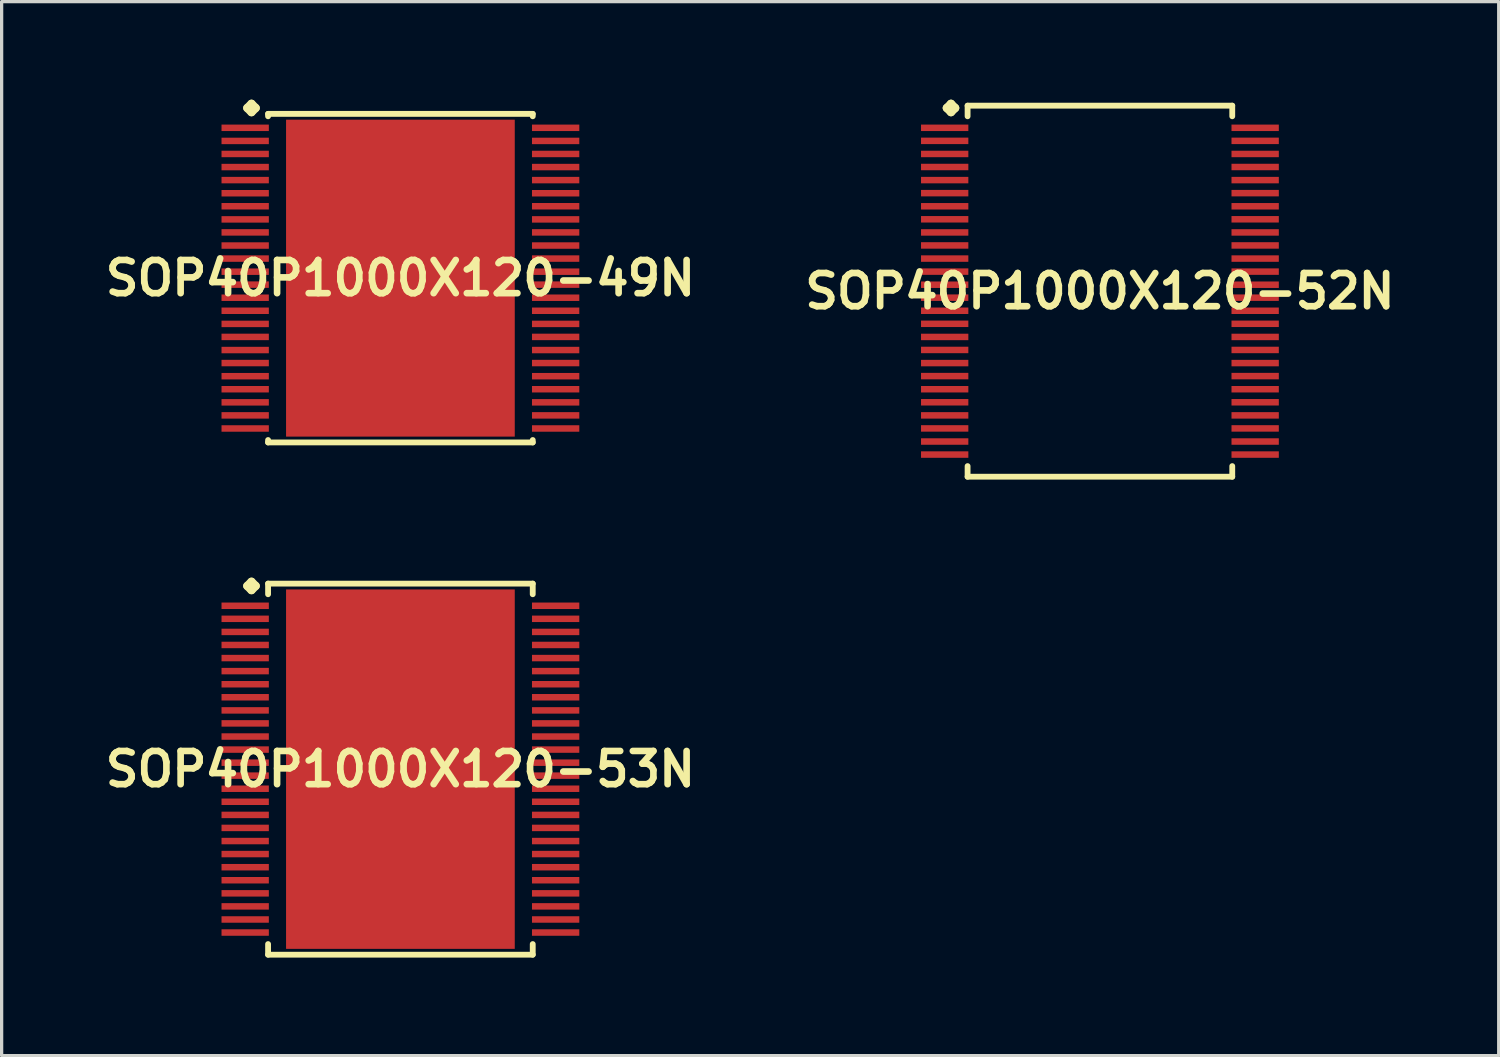
<source format=kicad_pcb>
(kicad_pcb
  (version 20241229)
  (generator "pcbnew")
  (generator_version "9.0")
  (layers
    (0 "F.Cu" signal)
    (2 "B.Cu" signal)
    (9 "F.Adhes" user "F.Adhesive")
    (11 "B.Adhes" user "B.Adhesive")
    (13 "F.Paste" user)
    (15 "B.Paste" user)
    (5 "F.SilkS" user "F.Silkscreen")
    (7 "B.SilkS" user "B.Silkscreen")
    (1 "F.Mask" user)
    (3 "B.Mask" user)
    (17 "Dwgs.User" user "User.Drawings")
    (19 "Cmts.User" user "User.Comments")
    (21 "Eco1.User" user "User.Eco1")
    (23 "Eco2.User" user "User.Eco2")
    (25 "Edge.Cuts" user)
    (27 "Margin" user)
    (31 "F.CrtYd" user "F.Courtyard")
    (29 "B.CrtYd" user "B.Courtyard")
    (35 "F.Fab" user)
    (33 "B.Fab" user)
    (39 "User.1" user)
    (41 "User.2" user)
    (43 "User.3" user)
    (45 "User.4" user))
  (footprint "SOP40P1000X120-53N"
    (layer "F.Cu")
    (at 9.202 20.485)
    (property "Reference" "SOP40P1000X120-53N" (at 0 0 0) (layer "F.SilkS") (effects (font (size 1.016 1.016) (thickness 0.203))))
    (attr smd)
    (fp_line (start -4.684 -5.606) (end -4.557 -5.733) (stroke (width 0.254) (type solid)) (layer "F.SilkS"))
    (fp_line (start -4.557 -5.733) (end -4.43 -5.606) (stroke (width 0.254) (type solid)) (layer "F.SilkS"))
    (fp_line (start -4.557 -5.479) (end -4.684 -5.606) (stroke (width 0.254) (type solid)) (layer "F.SilkS"))
    (fp_line (start -4.43 -5.606) (end -4.557 -5.479) (stroke (width 0.254) (type solid)) (layer "F.SilkS"))
    (fp_line (start -4.049 -5.677) (end 4.049 -5.677) (stroke (width 0.178) (type solid)) (layer "F.SilkS"))
    (fp_line (start -4.049 -5.352) (end -4.049 -5.677) (stroke (width 0.178) (type solid)) (layer "F.SilkS"))
    (fp_line (start -4.049 5.352) (end -4.049 5.677) (stroke (width 0.178) (type solid)) (layer "F.SilkS"))
    (fp_line (start -4.049 5.677) (end 4.049 5.677) (stroke (width 0.178) (type solid)) (layer "F.SilkS"))
    (fp_line (start 4.049 -5.677) (end 4.049 -5.352) (stroke (width 0.178) (type solid)) (layer "F.SilkS"))
    (fp_line (start 4.049 5.677) (end 4.049 5.352) (stroke (width 0.178) (type solid)) (layer "F.SilkS"))
    (pad "1" smd rect (at -4.75 -4.999) (size 1.448 0.198) (layers "F.Cu" "F.Mask" "F.Paste"))
    (pad "2" smd rect (at -4.75 -4.6) (size 1.448 0.198) (layers "F.Cu" "F.Mask" "F.Paste"))
    (pad "3" smd rect (at -4.75 -4.199) (size 1.448 0.198) (layers "F.Cu" "F.Mask" "F.Paste"))
    (pad "4" smd rect (at -4.75 -3.8) (size 1.448 0.198) (layers "F.Cu" "F.Mask" "F.Paste"))
    (pad "5" smd rect (at -4.75 -3.399) (size 1.448 0.198) (layers "F.Cu" "F.Mask" "F.Paste"))
    (pad "6" smd rect (at -4.75 -3) (size 1.448 0.198) (layers "F.Cu" "F.Mask" "F.Paste"))
    (pad "7" smd rect (at -4.75 -2.598) (size 1.448 0.198) (layers "F.Cu" "F.Mask" "F.Paste"))
    (pad "8" smd rect (at -4.75 -2.2) (size 1.448 0.198) (layers "F.Cu" "F.Mask" "F.Paste"))
    (pad "9" smd rect (at -4.75 -1.798) (size 1.448 0.198) (layers "F.Cu" "F.Mask" "F.Paste"))
    (pad "10" smd rect (at -4.75 -1.4) (size 1.448 0.198) (layers "F.Cu" "F.Mask" "F.Paste"))
    (pad "11" smd rect (at -4.75 -0.998) (size 1.448 0.198) (layers "F.Cu" "F.Mask" "F.Paste"))
    (pad "12" smd rect (at -4.75 -0.599) (size 1.448 0.198) (layers "F.Cu" "F.Mask" "F.Paste"))
    (pad "13" smd rect (at -4.75 -0.198) (size 1.448 0.198) (layers "F.Cu" "F.Mask" "F.Paste"))
    (pad "14" smd rect (at -4.75 0.198) (size 1.448 0.198) (layers "F.Cu" "F.Mask" "F.Paste"))
    (pad "15" smd rect (at -4.75 0.599) (size 1.448 0.198) (layers "F.Cu" "F.Mask" "F.Paste"))
    (pad "16" smd rect (at -4.75 0.998) (size 1.448 0.198) (layers "F.Cu" "F.Mask" "F.Paste"))
    (pad "17" smd rect (at -4.75 1.4) (size 1.448 0.198) (layers "F.Cu" "F.Mask" "F.Paste"))
    (pad "18" smd rect (at -4.75 1.798) (size 1.448 0.198) (layers "F.Cu" "F.Mask" "F.Paste"))
    (pad "19" smd rect (at -4.75 2.2) (size 1.448 0.198) (layers "F.Cu" "F.Mask" "F.Paste"))
    (pad "20" smd rect (at -4.75 2.598) (size 1.448 0.198) (layers "F.Cu" "F.Mask" "F.Paste"))
    (pad "21" smd rect (at -4.75 3) (size 1.448 0.198) (layers "F.Cu" "F.Mask" "F.Paste"))
    (pad "22" smd rect (at -4.75 3.399) (size 1.448 0.198) (layers "F.Cu" "F.Mask" "F.Paste"))
    (pad "23" smd rect (at -4.75 3.8) (size 1.448 0.198) (layers "F.Cu" "F.Mask" "F.Paste"))
    (pad "24" smd rect (at -4.75 4.199) (size 1.448 0.198) (layers "F.Cu" "F.Mask" "F.Paste"))
    (pad "25" smd rect (at -4.75 4.6) (size 1.448 0.198) (layers "F.Cu" "F.Mask" "F.Paste"))
    (pad "26" smd rect (at -4.75 4.999) (size 1.448 0.198) (layers "F.Cu" "F.Mask" "F.Paste"))
    (pad "27" smd rect (at 4.75 4.999) (size 1.448 0.198) (layers "F.Cu" "F.Mask" "F.Paste"))
    (pad "28" smd rect (at 4.75 4.6) (size 1.448 0.198) (layers "F.Cu" "F.Mask" "F.Paste"))
    (pad "29" smd rect (at 4.75 4.199) (size 1.448 0.198) (layers "F.Cu" "F.Mask" "F.Paste"))
    (pad "30" smd rect (at 4.75 3.8) (size 1.448 0.198) (layers "F.Cu" "F.Mask" "F.Paste"))
    (pad "31" smd rect (at 4.75 3.399) (size 1.448 0.198) (layers "F.Cu" "F.Mask" "F.Paste"))
    (pad "32" smd rect (at 4.75 3) (size 1.448 0.198) (layers "F.Cu" "F.Mask" "F.Paste"))
    (pad "33" smd rect (at 4.75 2.598) (size 1.448 0.198) (layers "F.Cu" "F.Mask" "F.Paste"))
    (pad "34" smd rect (at 4.75 2.2) (size 1.448 0.198) (layers "F.Cu" "F.Mask" "F.Paste"))
    (pad "35" smd rect (at 4.75 1.798) (size 1.448 0.198) (layers "F.Cu" "F.Mask" "F.Paste"))
    (pad "36" smd rect (at 4.75 1.4) (size 1.448 0.198) (layers "F.Cu" "F.Mask" "F.Paste"))
    (pad "37" smd rect (at 4.75 0.998) (size 1.448 0.198) (layers "F.Cu" "F.Mask" "F.Paste"))
    (pad "38" smd rect (at 4.75 0.599) (size 1.448 0.198) (layers "F.Cu" "F.Mask" "F.Paste"))
    (pad "39" smd rect (at 4.75 0.198) (size 1.448 0.198) (layers "F.Cu" "F.Mask" "F.Paste"))
    (pad "40" smd rect (at 4.75 -0.198) (size 1.448 0.198) (layers "F.Cu" "F.Mask" "F.Paste"))
    (pad "41" smd rect (at 4.75 -0.599) (size 1.448 0.198) (layers "F.Cu" "F.Mask" "F.Paste"))
    (pad "42" smd rect (at 4.75 -0.998) (size 1.448 0.198) (layers "F.Cu" "F.Mask" "F.Paste"))
    (pad "43" smd rect (at 4.75 -1.4) (size 1.448 0.198) (layers "F.Cu" "F.Mask" "F.Paste"))
    (pad "44" smd rect (at 4.75 -1.798) (size 1.448 0.198) (layers "F.Cu" "F.Mask" "F.Paste"))
    (pad "45" smd rect (at 4.75 -2.2) (size 1.448 0.198) (layers "F.Cu" "F.Mask" "F.Paste"))
    (pad "46" smd rect (at 4.75 -2.598) (size 1.448 0.198) (layers "F.Cu" "F.Mask" "F.Paste"))
    (pad "47" smd rect (at 4.75 -3) (size 1.448 0.198) (layers "F.Cu" "F.Mask" "F.Paste"))
    (pad "48" smd rect (at 4.75 -3.399) (size 1.448 0.198) (layers "F.Cu" "F.Mask" "F.Paste"))
    (pad "49" smd rect (at 4.75 -3.8) (size 1.448 0.198) (layers "F.Cu" "F.Mask" "F.Paste"))
    (pad "50" smd rect (at 4.75 -4.199) (size 1.448 0.198) (layers "F.Cu" "F.Mask" "F.Paste"))
    (pad "51" smd rect (at 4.75 -4.6) (size 1.448 0.198) (layers "F.Cu" "F.Mask" "F.Paste"))
    (pad "52" smd rect (at 4.75 -4.999) (size 1.448 0.198) (layers "F.Cu" "F.Mask" "F.Paste"))
    (pad "53" smd rect (at 0 0) (size 6.998 10.998) (layers "F.Cu" "F.Mask" "F.Paste")))
  (footprint "SOP40P1000X120-49N"
    (layer "F.Cu")
    (at 9.202 5.461)
    (property "Reference" "SOP40P1000X120-49N" (at 0 0 0) (layer "F.SilkS") (effects (font (size 1.016 1.016) (thickness 0.203))))
    (attr smd)
    (fp_line (start -4.684 -5.207) (end -4.557 -5.334) (stroke (width 0.254) (type solid)) (layer "F.SilkS"))
    (fp_line (start -4.557 -5.334) (end -4.43 -5.207) (stroke (width 0.254) (type solid)) (layer "F.SilkS"))
    (fp_line (start -4.557 -5.08) (end -4.684 -5.207) (stroke (width 0.254) (type solid)) (layer "F.SilkS"))
    (fp_line (start -4.43 -5.207) (end -4.557 -5.08) (stroke (width 0.254) (type solid)) (layer "F.SilkS"))
    (fp_line (start -4.049 -5.027) (end 4.049 -5.027) (stroke (width 0.178) (type solid)) (layer "F.SilkS"))
    (fp_line (start -4.049 -4.953) (end -4.049 -5.027) (stroke (width 0.178) (type solid)) (layer "F.SilkS"))
    (fp_line (start -4.049 4.953) (end -4.049 5.027) (stroke (width 0.178) (type solid)) (layer "F.SilkS"))
    (fp_line (start -4.049 5.027) (end 4.049 5.027) (stroke (width 0.178) (type solid)) (layer "F.SilkS"))
    (fp_line (start 4.049 -5.027) (end 4.049 -4.953) (stroke (width 0.178) (type solid)) (layer "F.SilkS"))
    (fp_line (start 4.049 5.027) (end 4.049 4.953) (stroke (width 0.178) (type solid)) (layer "F.SilkS"))
    (pad "1" smd rect (at -4.75 -4.6) (size 1.448 0.198) (layers "F.Cu" "F.Mask" "F.Paste"))
    (pad "2" smd rect (at -4.75 -4.199) (size 1.448 0.198) (layers "F.Cu" "F.Mask" "F.Paste"))
    (pad "3" smd rect (at -4.75 -3.8) (size 1.448 0.198) (layers "F.Cu" "F.Mask" "F.Paste"))
    (pad "4" smd rect (at -4.75 -3.399) (size 1.448 0.198) (layers "F.Cu" "F.Mask" "F.Paste"))
    (pad "5" smd rect (at -4.75 -3) (size 1.448 0.198) (layers "F.Cu" "F.Mask" "F.Paste"))
    (pad "6" smd rect (at -4.75 -2.598) (size 1.448 0.198) (layers "F.Cu" "F.Mask" "F.Paste"))
    (pad "7" smd rect (at -4.75 -2.2) (size 1.448 0.198) (layers "F.Cu" "F.Mask" "F.Paste"))
    (pad "8" smd rect (at -4.75 -1.798) (size 1.448 0.198) (layers "F.Cu" "F.Mask" "F.Paste"))
    (pad "9" smd rect (at -4.75 -1.4) (size 1.448 0.198) (layers "F.Cu" "F.Mask" "F.Paste"))
    (pad "10" smd rect (at -4.75 -0.998) (size 1.448 0.198) (layers "F.Cu" "F.Mask" "F.Paste"))
    (pad "11" smd rect (at -4.75 -0.599) (size 1.448 0.198) (layers "F.Cu" "F.Mask" "F.Paste"))
    (pad "12" smd rect (at -4.75 -0.198) (size 1.448 0.198) (layers "F.Cu" "F.Mask" "F.Paste"))
    (pad "13" smd rect (at -4.75 0.198) (size 1.448 0.198) (layers "F.Cu" "F.Mask" "F.Paste"))
    (pad "14" smd rect (at -4.75 0.599) (size 1.448 0.198) (layers "F.Cu" "F.Mask" "F.Paste"))
    (pad "15" smd rect (at -4.75 0.998) (size 1.448 0.198) (layers "F.Cu" "F.Mask" "F.Paste"))
    (pad "16" smd rect (at -4.75 1.4) (size 1.448 0.198) (layers "F.Cu" "F.Mask" "F.Paste"))
    (pad "17" smd rect (at -4.75 1.798) (size 1.448 0.198) (layers "F.Cu" "F.Mask" "F.Paste"))
    (pad "18" smd rect (at -4.75 2.2) (size 1.448 0.198) (layers "F.Cu" "F.Mask" "F.Paste"))
    (pad "19" smd rect (at -4.75 2.598) (size 1.448 0.198) (layers "F.Cu" "F.Mask" "F.Paste"))
    (pad "20" smd rect (at -4.75 3) (size 1.448 0.198) (layers "F.Cu" "F.Mask" "F.Paste"))
    (pad "21" smd rect (at -4.75 3.399) (size 1.448 0.198) (layers "F.Cu" "F.Mask" "F.Paste"))
    (pad "22" smd rect (at -4.75 3.8) (size 1.448 0.198) (layers "F.Cu" "F.Mask" "F.Paste"))
    (pad "23" smd rect (at -4.75 4.199) (size 1.448 0.198) (layers "F.Cu" "F.Mask" "F.Paste"))
    (pad "24" smd rect (at -4.75 4.6) (size 1.448 0.198) (layers "F.Cu" "F.Mask" "F.Paste"))
    (pad "25" smd rect (at 4.75 4.6) (size 1.448 0.198) (layers "F.Cu" "F.Mask" "F.Paste"))
    (pad "26" smd rect (at 4.75 4.199) (size 1.448 0.198) (layers "F.Cu" "F.Mask" "F.Paste"))
    (pad "27" smd rect (at 4.75 3.8) (size 1.448 0.198) (layers "F.Cu" "F.Mask" "F.Paste"))
    (pad "28" smd rect (at 4.75 3.399) (size 1.448 0.198) (layers "F.Cu" "F.Mask" "F.Paste"))
    (pad "29" smd rect (at 4.75 3) (size 1.448 0.198) (layers "F.Cu" "F.Mask" "F.Paste"))
    (pad "30" smd rect (at 4.75 2.598) (size 1.448 0.198) (layers "F.Cu" "F.Mask" "F.Paste"))
    (pad "31" smd rect (at 4.75 2.2) (size 1.448 0.198) (layers "F.Cu" "F.Mask" "F.Paste"))
    (pad "32" smd rect (at 4.75 1.798) (size 1.448 0.198) (layers "F.Cu" "F.Mask" "F.Paste"))
    (pad "33" smd rect (at 4.75 1.4) (size 1.448 0.198) (layers "F.Cu" "F.Mask" "F.Paste"))
    (pad "34" smd rect (at 4.75 0.998) (size 1.448 0.198) (layers "F.Cu" "F.Mask" "F.Paste"))
    (pad "35" smd rect (at 4.75 0.599) (size 1.448 0.198) (layers "F.Cu" "F.Mask" "F.Paste"))
    (pad "36" smd rect (at 4.75 0.198) (size 1.448 0.198) (layers "F.Cu" "F.Mask" "F.Paste"))
    (pad "37" smd rect (at 4.75 -0.198) (size 1.448 0.198) (layers "F.Cu" "F.Mask" "F.Paste"))
    (pad "38" smd rect (at 4.75 -0.599) (size 1.448 0.198) (layers "F.Cu" "F.Mask" "F.Paste"))
    (pad "39" smd rect (at 4.75 -0.998) (size 1.448 0.198) (layers "F.Cu" "F.Mask" "F.Paste"))
    (pad "40" smd rect (at 4.75 -1.4) (size 1.448 0.198) (layers "F.Cu" "F.Mask" "F.Paste"))
    (pad "41" smd rect (at 4.75 -1.798) (size 1.448 0.198) (layers "F.Cu" "F.Mask" "F.Paste"))
    (pad "42" smd rect (at 4.75 -2.2) (size 1.448 0.198) (layers "F.Cu" "F.Mask" "F.Paste"))
    (pad "43" smd rect (at 4.75 -2.598) (size 1.448 0.198) (layers "F.Cu" "F.Mask" "F.Paste"))
    (pad "44" smd rect (at 4.75 -3) (size 1.448 0.198) (layers "F.Cu" "F.Mask" "F.Paste"))
    (pad "45" smd rect (at 4.75 -3.399) (size 1.448 0.198) (layers "F.Cu" "F.Mask" "F.Paste"))
    (pad "46" smd rect (at 4.75 -3.8) (size 1.448 0.198) (layers "F.Cu" "F.Mask" "F.Paste"))
    (pad "47" smd rect (at 4.75 -4.199) (size 1.448 0.198) (layers "F.Cu" "F.Mask" "F.Paste"))
    (pad "48" smd rect (at 4.75 -4.6) (size 1.448 0.198) (layers "F.Cu" "F.Mask" "F.Paste"))
    (pad "49" smd rect (at 0 0) (size 6.998 9.698) (layers "F.Cu" "F.Mask" "F.Paste")))
  (footprint "SOP40P1000X120-52N"
    (layer "F.Cu")
    (at 30.606 5.86)
    (property "Reference" "SOP40P1000X120-52N" (at 0 0 0) (layer "F.SilkS") (effects (font (size 1.016 1.016) (thickness 0.203))))
    (attr smd)
    (fp_line (start -4.684 -5.606) (end -4.557 -5.733) (stroke (width 0.254) (type solid)) (layer "F.SilkS"))
    (fp_line (start -4.557 -5.733) (end -4.43 -5.606) (stroke (width 0.254) (type solid)) (layer "F.SilkS"))
    (fp_line (start -4.557 -5.479) (end -4.684 -5.606) (stroke (width 0.254) (type solid)) (layer "F.SilkS"))
    (fp_line (start -4.43 -5.606) (end -4.557 -5.479) (stroke (width 0.254) (type solid)) (layer "F.SilkS"))
    (fp_line (start -4.049 -5.677) (end 4.049 -5.677) (stroke (width 0.178) (type solid)) (layer "F.SilkS"))
    (fp_line (start -4.049 -5.352) (end -4.049 -5.677) (stroke (width 0.178) (type solid)) (layer "F.SilkS"))
    (fp_line (start -4.049 5.352) (end -4.049 5.677) (stroke (width 0.178) (type solid)) (layer "F.SilkS"))
    (fp_line (start -4.049 5.677) (end 4.049 5.677) (stroke (width 0.178) (type solid)) (layer "F.SilkS"))
    (fp_line (start 4.049 -5.677) (end 4.049 -5.352) (stroke (width 0.178) (type solid)) (layer "F.SilkS"))
    (fp_line (start 4.049 5.677) (end 4.049 5.352) (stroke (width 0.178) (type solid)) (layer "F.SilkS"))
    (pad "1" smd rect (at -4.75 -4.999) (size 1.448 0.198) (layers "F.Cu" "F.Mask" "F.Paste"))
    (pad "2" smd rect (at -4.75 -4.6) (size 1.448 0.198) (layers "F.Cu" "F.Mask" "F.Paste"))
    (pad "3" smd rect (at -4.75 -4.199) (size 1.448 0.198) (layers "F.Cu" "F.Mask" "F.Paste"))
    (pad "4" smd rect (at -4.75 -3.8) (size 1.448 0.198) (layers "F.Cu" "F.Mask" "F.Paste"))
    (pad "5" smd rect (at -4.75 -3.399) (size 1.448 0.198) (layers "F.Cu" "F.Mask" "F.Paste"))
    (pad "6" smd rect (at -4.75 -3) (size 1.448 0.198) (layers "F.Cu" "F.Mask" "F.Paste"))
    (pad "7" smd rect (at -4.75 -2.598) (size 1.448 0.198) (layers "F.Cu" "F.Mask" "F.Paste"))
    (pad "8" smd rect (at -4.75 -2.2) (size 1.448 0.198) (layers "F.Cu" "F.Mask" "F.Paste"))
    (pad "9" smd rect (at -4.75 -1.798) (size 1.448 0.198) (layers "F.Cu" "F.Mask" "F.Paste"))
    (pad "10" smd rect (at -4.75 -1.4) (size 1.448 0.198) (layers "F.Cu" "F.Mask" "F.Paste"))
    (pad "11" smd rect (at -4.75 -0.998) (size 1.448 0.198) (layers "F.Cu" "F.Mask" "F.Paste"))
    (pad "12" smd rect (at -4.75 -0.599) (size 1.448 0.198) (layers "F.Cu" "F.Mask" "F.Paste"))
    (pad "13" smd rect (at -4.75 -0.198) (size 1.448 0.198) (layers "F.Cu" "F.Mask" "F.Paste"))
    (pad "14" smd rect (at -4.75 0.198) (size 1.448 0.198) (layers "F.Cu" "F.Mask" "F.Paste"))
    (pad "15" smd rect (at -4.75 0.599) (size 1.448 0.198) (layers "F.Cu" "F.Mask" "F.Paste"))
    (pad "16" smd rect (at -4.75 0.998) (size 1.448 0.198) (layers "F.Cu" "F.Mask" "F.Paste"))
    (pad "17" smd rect (at -4.75 1.4) (size 1.448 0.198) (layers "F.Cu" "F.Mask" "F.Paste"))
    (pad "18" smd rect (at -4.75 1.798) (size 1.448 0.198) (layers "F.Cu" "F.Mask" "F.Paste"))
    (pad "19" smd rect (at -4.75 2.2) (size 1.448 0.198) (layers "F.Cu" "F.Mask" "F.Paste"))
    (pad "20" smd rect (at -4.75 2.598) (size 1.448 0.198) (layers "F.Cu" "F.Mask" "F.Paste"))
    (pad "21" smd rect (at -4.75 3) (size 1.448 0.198) (layers "F.Cu" "F.Mask" "F.Paste"))
    (pad "22" smd rect (at -4.75 3.399) (size 1.448 0.198) (layers "F.Cu" "F.Mask" "F.Paste"))
    (pad "23" smd rect (at -4.75 3.8) (size 1.448 0.198) (layers "F.Cu" "F.Mask" "F.Paste"))
    (pad "24" smd rect (at -4.75 4.199) (size 1.448 0.198) (layers "F.Cu" "F.Mask" "F.Paste"))
    (pad "25" smd rect (at -4.75 4.6) (size 1.448 0.198) (layers "F.Cu" "F.Mask" "F.Paste"))
    (pad "26" smd rect (at -4.75 4.999) (size 1.448 0.198) (layers "F.Cu" "F.Mask" "F.Paste"))
    (pad "27" smd rect (at 4.75 4.999) (size 1.448 0.198) (layers "F.Cu" "F.Mask" "F.Paste"))
    (pad "28" smd rect (at 4.75 4.6) (size 1.448 0.198) (layers "F.Cu" "F.Mask" "F.Paste"))
    (pad "29" smd rect (at 4.75 4.199) (size 1.448 0.198) (layers "F.Cu" "F.Mask" "F.Paste"))
    (pad "30" smd rect (at 4.75 3.8) (size 1.448 0.198) (layers "F.Cu" "F.Mask" "F.Paste"))
    (pad "31" smd rect (at 4.75 3.399) (size 1.448 0.198) (layers "F.Cu" "F.Mask" "F.Paste"))
    (pad "32" smd rect (at 4.75 3) (size 1.448 0.198) (layers "F.Cu" "F.Mask" "F.Paste"))
    (pad "33" smd rect (at 4.75 2.598) (size 1.448 0.198) (layers "F.Cu" "F.Mask" "F.Paste"))
    (pad "34" smd rect (at 4.75 2.2) (size 1.448 0.198) (layers "F.Cu" "F.Mask" "F.Paste"))
    (pad "35" smd rect (at 4.75 1.798) (size 1.448 0.198) (layers "F.Cu" "F.Mask" "F.Paste"))
    (pad "36" smd rect (at 4.75 1.4) (size 1.448 0.198) (layers "F.Cu" "F.Mask" "F.Paste"))
    (pad "37" smd rect (at 4.75 0.998) (size 1.448 0.198) (layers "F.Cu" "F.Mask" "F.Paste"))
    (pad "38" smd rect (at 4.75 0.599) (size 1.448 0.198) (layers "F.Cu" "F.Mask" "F.Paste"))
    (pad "39" smd rect (at 4.75 0.198) (size 1.448 0.198) (layers "F.Cu" "F.Mask" "F.Paste"))
    (pad "40" smd rect (at 4.75 -0.198) (size 1.448 0.198) (layers "F.Cu" "F.Mask" "F.Paste"))
    (pad "41" smd rect (at 4.75 -0.599) (size 1.448 0.198) (layers "F.Cu" "F.Mask" "F.Paste"))
    (pad "42" smd rect (at 4.75 -0.998) (size 1.448 0.198) (layers "F.Cu" "F.Mask" "F.Paste"))
    (pad "43" smd rect (at 4.75 -1.4) (size 1.448 0.198) (layers "F.Cu" "F.Mask" "F.Paste"))
    (pad "44" smd rect (at 4.75 -1.798) (size 1.448 0.198) (layers "F.Cu" "F.Mask" "F.Paste"))
    (pad "45" smd rect (at 4.75 -2.2) (size 1.448 0.198) (layers "F.Cu" "F.Mask" "F.Paste"))
    (pad "46" smd rect (at 4.75 -2.598) (size 1.448 0.198) (layers "F.Cu" "F.Mask" "F.Paste"))
    (pad "47" smd rect (at 4.75 -3) (size 1.448 0.198) (layers "F.Cu" "F.Mask" "F.Paste"))
    (pad "48" smd rect (at 4.75 -3.399) (size 1.448 0.198) (layers "F.Cu" "F.Mask" "F.Paste"))
    (pad "49" smd rect (at 4.75 -3.8) (size 1.448 0.198) (layers "F.Cu" "F.Mask" "F.Paste"))
    (pad "50" smd rect (at 4.75 -4.199) (size 1.448 0.198) (layers "F.Cu" "F.Mask" "F.Paste"))
    (pad "51" smd rect (at 4.75 -4.6) (size 1.448 0.198) (layers "F.Cu" "F.Mask" "F.Paste"))
    (pad "52" smd rect (at 4.75 -4.999) (size 1.448 0.198) (layers "F.Cu" "F.Mask" "F.Paste")))
  (gr_rect
    (start -3 -3)
    (end 42.808 29.251)
    (stroke (width 0.1) (type default))
    (fill no)
    (layer "Edge.Cuts")))
</source>
